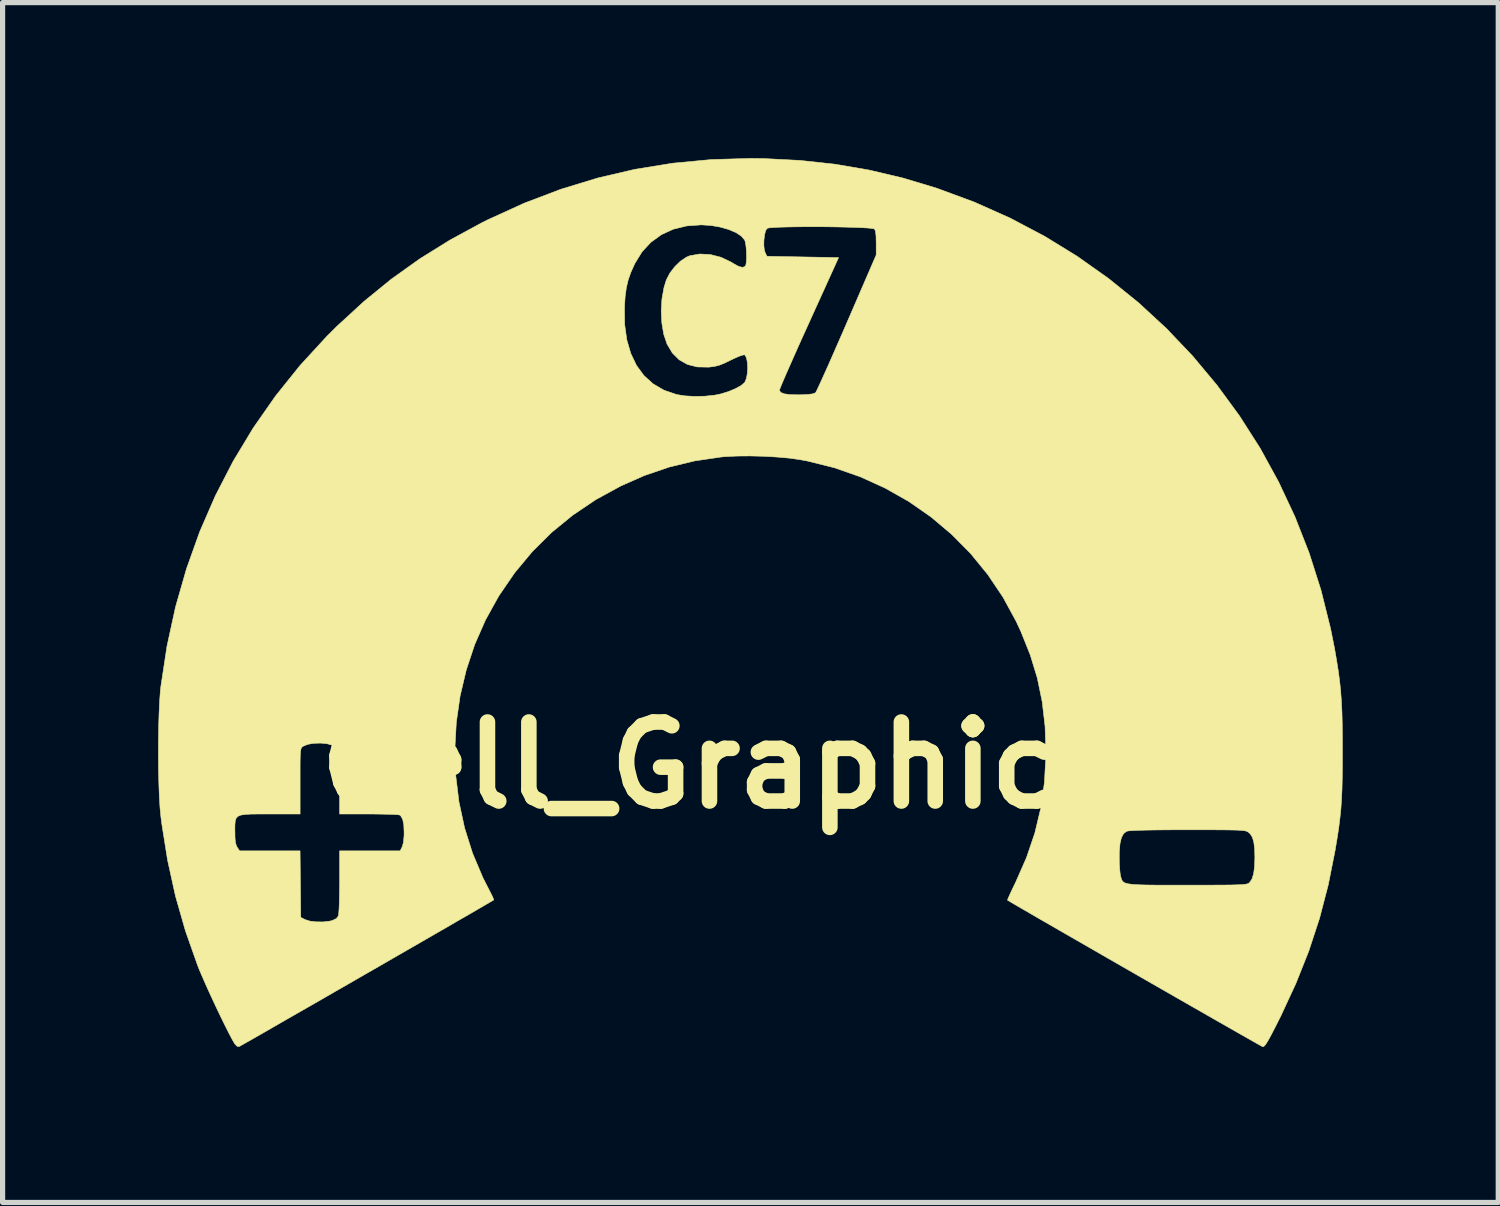
<source format=kicad_pcb>
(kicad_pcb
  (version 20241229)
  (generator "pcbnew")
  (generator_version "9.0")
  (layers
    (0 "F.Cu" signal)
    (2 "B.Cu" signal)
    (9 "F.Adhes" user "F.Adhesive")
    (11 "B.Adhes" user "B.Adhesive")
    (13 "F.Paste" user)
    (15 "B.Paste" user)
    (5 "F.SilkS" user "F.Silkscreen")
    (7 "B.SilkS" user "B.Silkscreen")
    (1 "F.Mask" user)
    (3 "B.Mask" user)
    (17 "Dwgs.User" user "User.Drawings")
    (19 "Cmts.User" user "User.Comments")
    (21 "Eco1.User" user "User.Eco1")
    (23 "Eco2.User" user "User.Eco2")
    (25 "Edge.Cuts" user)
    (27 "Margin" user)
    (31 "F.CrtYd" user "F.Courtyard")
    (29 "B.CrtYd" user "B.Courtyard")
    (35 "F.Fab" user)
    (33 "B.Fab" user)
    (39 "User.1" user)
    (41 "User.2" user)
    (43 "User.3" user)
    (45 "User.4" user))
  (footprint "Cell_Graphic_C7"
    (layer "F.Cu")
    (at 12.339 11.71)
    (property "Reference" "Cell_Graphic_C7" (at 0 0 0) (layer "F.SilkS") (effects (font (size 1.524 1.524) (thickness 0.3))))
    (attr through_hole)
    (fp_poly (pts (xy -0.66 -11.702) (xy 0.041 -11.666) (xy 0.717 -11.593) (xy 1.376 -11.48) (xy 2.028 -11.326) (xy 2.682 -11.129) (xy 2.692 -11.125) (xy 3.406 -10.861) (xy 4.095 -10.553) (xy 4.757 -10.204) (xy 5.39 -9.815) (xy 5.994 -9.387) (xy 6.567 -8.924) (xy 7.108 -8.425) (xy 7.614 -7.893) (xy 8.085 -7.329) (xy 8.519 -6.736) (xy 8.916 -6.114) (xy 9.272 -5.465) (xy 9.588 -4.791) (xy 9.861 -4.094) (xy 10.09 -3.375) (xy 10.274 -2.636) (xy 10.349 -2.261) (xy 10.389 -2.03) (xy 10.422 -1.823) (xy 10.448 -1.628) (xy 10.468 -1.438) (xy 10.482 -1.242) (xy 10.493 -1.031) (xy 10.499 -0.795) (xy 10.502 -0.525) (xy 10.502 -0.292) (xy 10.502 -0.001) (xy 10.499 0.248) (xy 10.494 0.464) (xy 10.485 0.658) (xy 10.473 0.838) (xy 10.455 1.013) (xy 10.433 1.192) (xy 10.404 1.385) (xy 10.368 1.601) (xy 10.362 1.638) (xy 10.229 2.307) (xy 10.061 2.951) (xy 9.854 3.582) (xy 9.605 4.208) (xy 9.312 4.84) (xy 9.289 4.885) (xy 9.2 5.062) (xy 9.13 5.197) (xy 9.076 5.296) (xy 9.035 5.364) (xy 9.005 5.405) (xy 8.982 5.425) (xy 8.964 5.428) (xy 8.963 5.428) (xy 8.938 5.414) (xy 8.872 5.377) (xy 8.769 5.319) (xy 8.632 5.241) (xy 8.465 5.146) (xy 8.271 5.035) (xy 8.053 4.911) (xy 7.816 4.775) (xy 7.562 4.63) (xy 7.295 4.477) (xy 7.018 4.318) (xy 6.735 4.156) (xy 6.45 3.992) (xy 6.164 3.828) (xy 5.884 3.667) (xy 5.61 3.509) (xy 5.348 3.358) (xy 5.099 3.215) (xy 4.869 3.082) (xy 4.66 2.962) (xy 4.476 2.855) (xy 4.319 2.764) (xy 4.195 2.692) (xy 4.105 2.639) (xy 4.054 2.608) (xy 4.043 2.602) (xy 4.05 2.578) (xy 4.077 2.516) (xy 4.118 2.426) (xy 4.172 2.314) (xy 4.2 2.256) (xy 4.409 1.781) (xy 4.412 1.772) (xy 6.198 1.772) (xy 6.2 1.896) (xy 6.207 2.011) (xy 6.217 2.101) (xy 6.224 2.139) (xy 6.235 2.178) (xy 6.247 2.211) (xy 6.263 2.238) (xy 6.29 2.26) (xy 6.33 2.277) (xy 6.388 2.289) (xy 6.469 2.299) (xy 6.577 2.305) (xy 6.716 2.309) (xy 6.891 2.311) (xy 7.105 2.311) (xy 7.364 2.311) (xy 7.511 2.311) (xy 7.783 2.311) (xy 8.009 2.311) (xy 8.193 2.31) (xy 8.34 2.309) (xy 8.454 2.306) (xy 8.54 2.303) (xy 8.603 2.298) (xy 8.646 2.292) (xy 8.675 2.285) (xy 8.695 2.276) (xy 8.709 2.264) (xy 8.711 2.262) (xy 8.758 2.193) (xy 8.79 2.091) (xy 8.808 1.951) (xy 8.814 1.778) (xy 8.809 1.608) (xy 8.793 1.48) (xy 8.765 1.387) (xy 8.722 1.321) (xy 8.695 1.297) (xy 8.678 1.284) (xy 8.657 1.274) (xy 8.629 1.265) (xy 8.588 1.259) (xy 8.53 1.254) (xy 8.45 1.25) (xy 8.344 1.248) (xy 8.206 1.246) (xy 8.032 1.245) (xy 7.817 1.245) (xy 7.557 1.245) (xy 7.516 1.245) (xy 7.211 1.245) (xy 6.955 1.247) (xy 6.745 1.25) (xy 6.581 1.254) (xy 6.46 1.259) (xy 6.381 1.265) (xy 6.341 1.273) (xy 6.34 1.273) (xy 6.281 1.319) (xy 6.239 1.398) (xy 6.212 1.514) (xy 6.199 1.673) (xy 6.198 1.772) (xy 4.412 1.772) (xy 4.57 1.306) (xy 4.685 0.826) (xy 4.755 0.331) (xy 4.783 -0.185) (xy 4.783 -0.254) (xy 4.767 -0.753) (xy 4.712 -1.225) (xy 4.618 -1.681) (xy 4.481 -2.13) (xy 4.3 -2.582) (xy 4.207 -2.781) (xy 3.954 -3.245) (xy 3.661 -3.68) (xy 3.331 -4.084) (xy 2.965 -4.454) (xy 2.568 -4.789) (xy 2.14 -5.087) (xy 1.685 -5.345) (xy 1.206 -5.563) (xy 0.705 -5.738) (xy 0.184 -5.868) (xy 0.038 -5.895) (xy -0.166 -5.924) (xy -0.405 -5.945) (xy -0.664 -5.96) (xy -0.926 -5.966) (xy -1.178 -5.964) (xy -1.402 -5.953) (xy -1.477 -5.946) (xy -1.989 -5.871) (xy -2.481 -5.752) (xy -2.961 -5.588) (xy -3.416 -5.387) (xy -3.897 -5.124) (xy -4.341 -4.825) (xy -4.75 -4.491) (xy -5.123 -4.121) (xy -5.462 -3.713) (xy -5.767 -3.268) (xy -5.771 -3.261) (xy -6.024 -2.805) (xy -6.233 -2.33) (xy -6.396 -1.839) (xy -6.515 -1.337) (xy -6.588 -0.828) (xy -6.616 -0.315) (xy -6.599 0.198) (xy -6.537 0.706) (xy -6.429 1.207) (xy -6.275 1.696) (xy -6.075 2.169) (xy -5.948 2.418) (xy -5.906 2.5) (xy -5.877 2.563) (xy -5.867 2.596) (xy -5.868 2.598) (xy -5.892 2.613) (xy -5.958 2.651) (xy -6.06 2.711) (xy -6.196 2.79) (xy -6.362 2.887) (xy -6.556 2.998) (xy -6.772 3.124) (xy -7.009 3.26) (xy -7.263 3.407) (xy -7.529 3.56) (xy -7.805 3.719) (xy -8.087 3.882) (xy -8.373 4.046) (xy -8.657 4.21) (xy -8.938 4.371) (xy -9.211 4.529) (xy -9.473 4.679) (xy -9.721 4.821) (xy -9.951 4.953) (xy -10.159 5.073) (xy -10.343 5.179) (xy -10.499 5.268) (xy -10.624 5.339) (xy -10.713 5.389) (xy -10.764 5.418) (xy -10.775 5.424) (xy -10.815 5.421) (xy -10.858 5.376) (xy -10.872 5.355) (xy -10.919 5.272) (xy -10.983 5.15) (xy -11.059 4.999) (xy -11.143 4.827) (xy -11.231 4.642) (xy -11.319 4.453) (xy -11.403 4.269) (xy -11.478 4.098) (xy -11.542 3.949) (xy -11.577 3.861) (xy -11.812 3.195) (xy -12.005 2.521) (xy -12.157 1.83) (xy -12.251 1.24) (xy -10.859 1.24) (xy -10.858 1.28) (xy -10.856 1.405) (xy -10.847 1.492) (xy -10.83 1.552) (xy -10.813 1.582) (xy -10.768 1.651) (xy -9.602 1.651) (xy -9.595 2.292) (xy -9.588 2.934) (xy -9.5 2.978) (xy -9.409 3.006) (xy -9.288 3.02) (xy -9.156 3.021) (xy -9.03 3.006) (xy -8.984 2.996) (xy -8.901 2.956) (xy -8.863 2.905) (xy -8.856 2.862) (xy -8.85 2.776) (xy -8.845 2.656) (xy -8.842 2.509) (xy -8.84 2.344) (xy -8.839 2.246) (xy -8.839 1.651) (xy -7.672 1.651) (xy -7.633 1.576) (xy -7.608 1.491) (xy -7.596 1.361) (xy -7.595 1.295) (xy -7.601 1.148) (xy -7.622 1.045) (xy -7.658 0.979) (xy -7.681 0.959) (xy -7.714 0.954) (xy -7.789 0.949) (xy -7.9 0.945) (xy -8.039 0.942) (xy -8.198 0.94) (xy -8.274 0.94) (xy -8.839 0.94) (xy -8.839 0.329) (xy -8.839 0.138) (xy -8.84 -0.01) (xy -8.842 -0.119) (xy -8.846 -0.198) (xy -8.852 -0.252) (xy -8.861 -0.288) (xy -8.873 -0.313) (xy -8.89 -0.332) (xy -8.899 -0.342) (xy -8.973 -0.386) (xy -9.08 -0.415) (xy -9.206 -0.428) (xy -9.335 -0.424) (xy -9.453 -0.404) (xy -9.544 -0.366) (xy -9.562 -0.353) (xy -9.575 -0.337) (xy -9.585 -0.311) (xy -9.592 -0.269) (xy -9.597 -0.205) (xy -9.6 -0.112) (xy -9.601 0.015) (xy -9.601 0.183) (xy -9.601 0.305) (xy -9.601 0.94) (xy -10.181 0.94) (xy -10.384 0.94) (xy -10.542 0.941) (xy -10.66 0.948) (xy -10.745 0.961) (xy -10.801 0.985) (xy -10.835 1.022) (xy -10.852 1.075) (xy -10.858 1.147) (xy -10.859 1.24) (xy -12.251 1.24) (xy -12.271 1.113) (xy -12.286 0.991) (xy -12.303 0.817) (xy -12.316 0.603) (xy -12.325 0.357) (xy -12.332 0.09) (xy -12.334 -0.19) (xy -12.333 -0.472) (xy -12.329 -0.748) (xy -12.321 -1.006) (xy -12.31 -1.239) (xy -12.296 -1.436) (xy -12.286 -1.524) (xy -12.168 -2.299) (xy -12.003 -3.056) (xy -11.792 -3.791) (xy -11.537 -4.505) (xy -11.236 -5.197) (xy -10.892 -5.864) (xy -10.505 -6.506) (xy -10.074 -7.123) (xy -9.602 -7.711) (xy -9.087 -8.272) (xy -8.887 -8.471) (xy -8.5 -8.826) (xy -3.345 -8.826) (xy -3.341 -8.501) (xy -3.3 -8.206) (xy -3.223 -7.942) (xy -3.113 -7.712) (xy -2.968 -7.515) (xy -2.791 -7.356) (xy -2.582 -7.234) (xy -2.343 -7.152) (xy -2.342 -7.151) (xy -2.18 -7.125) (xy -1.988 -7.114) (xy -1.789 -7.119) (xy -1.601 -7.139) (xy -1.488 -7.162) (xy -1.339 -7.208) (xy -1.206 -7.263) (xy -1.1 -7.321) (xy -1.032 -7.378) (xy -1.021 -7.393) (xy -0.992 -7.464) (xy -0.975 -7.559) (xy -0.969 -7.663) (xy -0.974 -7.765) (xy -0.99 -7.85) (xy -1.015 -7.905) (xy -1.031 -7.916) (xy -1.068 -7.911) (xy -1.138 -7.887) (xy -1.23 -7.846) (xy -1.302 -7.812) (xy -1.423 -7.753) (xy -1.517 -7.716) (xy -1.604 -7.694) (xy -1.699 -7.681) (xy -1.728 -7.679) (xy -1.942 -7.683) (xy -2.13 -7.731) (xy -2.29 -7.821) (xy -2.422 -7.953) (xy -2.525 -8.126) (xy -2.526 -8.13) (xy -2.588 -8.315) (xy -2.624 -8.53) (xy -2.636 -8.762) (xy -2.622 -8.995) (xy -2.582 -9.217) (xy -2.538 -9.36) (xy -2.471 -9.49) (xy -2.376 -9.615) (xy -2.265 -9.723) (xy -2.148 -9.801) (xy -2.083 -9.828) (xy -1.891 -9.861) (xy -1.687 -9.85) (xy -1.483 -9.798) (xy -1.288 -9.705) (xy -1.245 -9.678) (xy -1.144 -9.622) (xy -1.067 -9.603) (xy -1.018 -9.622) (xy -1.006 -9.641) (xy -0.994 -9.705) (xy -0.99 -9.8) (xy -0.992 -9.908) (xy -1.001 -10.013) (xy -1.003 -10.026) (xy -0.657 -10.026) (xy -0.647 -9.936) (xy -0.629 -9.881) (xy -0.595 -9.817) (xy 0.785 -9.792) (xy 0.215 -8.536) (xy 0.107 -8.298) (xy 0.006 -8.074) (xy -0.086 -7.867) (xy -0.168 -7.681) (xy -0.238 -7.522) (xy -0.293 -7.394) (xy -0.332 -7.3) (xy -0.353 -7.246) (xy -0.356 -7.235) (xy -0.334 -7.194) (xy -0.267 -7.165) (xy -0.155 -7.149) (xy 0.005 -7.145) (xy 0.057 -7.146) (xy 0.191 -7.152) (xy 0.28 -7.163) (xy 0.331 -7.181) (xy 0.342 -7.189) (xy 0.359 -7.219) (xy 0.393 -7.291) (xy 0.444 -7.401) (xy 0.509 -7.545) (xy 0.587 -7.718) (xy 0.674 -7.916) (xy 0.77 -8.135) (xy 0.873 -8.37) (xy 0.944 -8.534) (xy 1.51 -9.842) (xy 1.51 -10.076) (xy 1.507 -10.212) (xy 1.496 -10.301) (xy 1.478 -10.343) (xy 1.444 -10.352) (xy 1.366 -10.361) (xy 1.25 -10.368) (xy 1.104 -10.374) (xy 0.934 -10.379) (xy 0.747 -10.383) (xy 0.549 -10.386) (xy 0.348 -10.387) (xy 0.15 -10.387) (xy -0.038 -10.385) (xy -0.21 -10.382) (xy -0.358 -10.378) (xy -0.476 -10.372) (xy -0.557 -10.365) (xy -0.594 -10.355) (xy -0.594 -10.355) (xy -0.623 -10.31) (xy -0.643 -10.229) (xy -0.655 -10.129) (xy -0.657 -10.026) (xy -1.003 -10.026) (xy -1.015 -10.096) (xy -1.027 -10.131) (xy -1.091 -10.206) (xy -1.196 -10.275) (xy -1.335 -10.334) (xy -1.497 -10.38) (xy -1.675 -10.411) (xy -1.859 -10.423) (xy -1.867 -10.423) (xy -2.148 -10.402) (xy -2.405 -10.339) (xy -2.635 -10.233) (xy -2.836 -10.087) (xy -3.007 -9.902) (xy -3.144 -9.679) (xy -3.149 -9.669) (xy -3.221 -9.509) (xy -3.273 -9.361) (xy -3.309 -9.209) (xy -3.332 -9.038) (xy -3.345 -8.832) (xy -3.345 -8.826) (xy -8.5 -8.826) (xy -8.37 -8.946) (xy -7.841 -9.377) (xy -7.29 -9.77) (xy -6.711 -10.13) (xy -6.094 -10.465) (xy -5.973 -10.525) (xy -5.275 -10.843) (xy -4.572 -11.11) (xy -3.861 -11.327) (xy -3.141 -11.495) (xy -2.41 -11.613) (xy -1.666 -11.683) (xy -0.909 -11.705) (xy -0.66 -11.702)) (stroke (width 0.01) (type solid)) (fill yes) (layer "F.SilkS")))
  (gr_rect
    (start -3 -3)
    (end 25.847 20.142)
    (stroke (width 0.1) (type default))
    (fill no)
    (layer "Edge.Cuts")))
</source>
